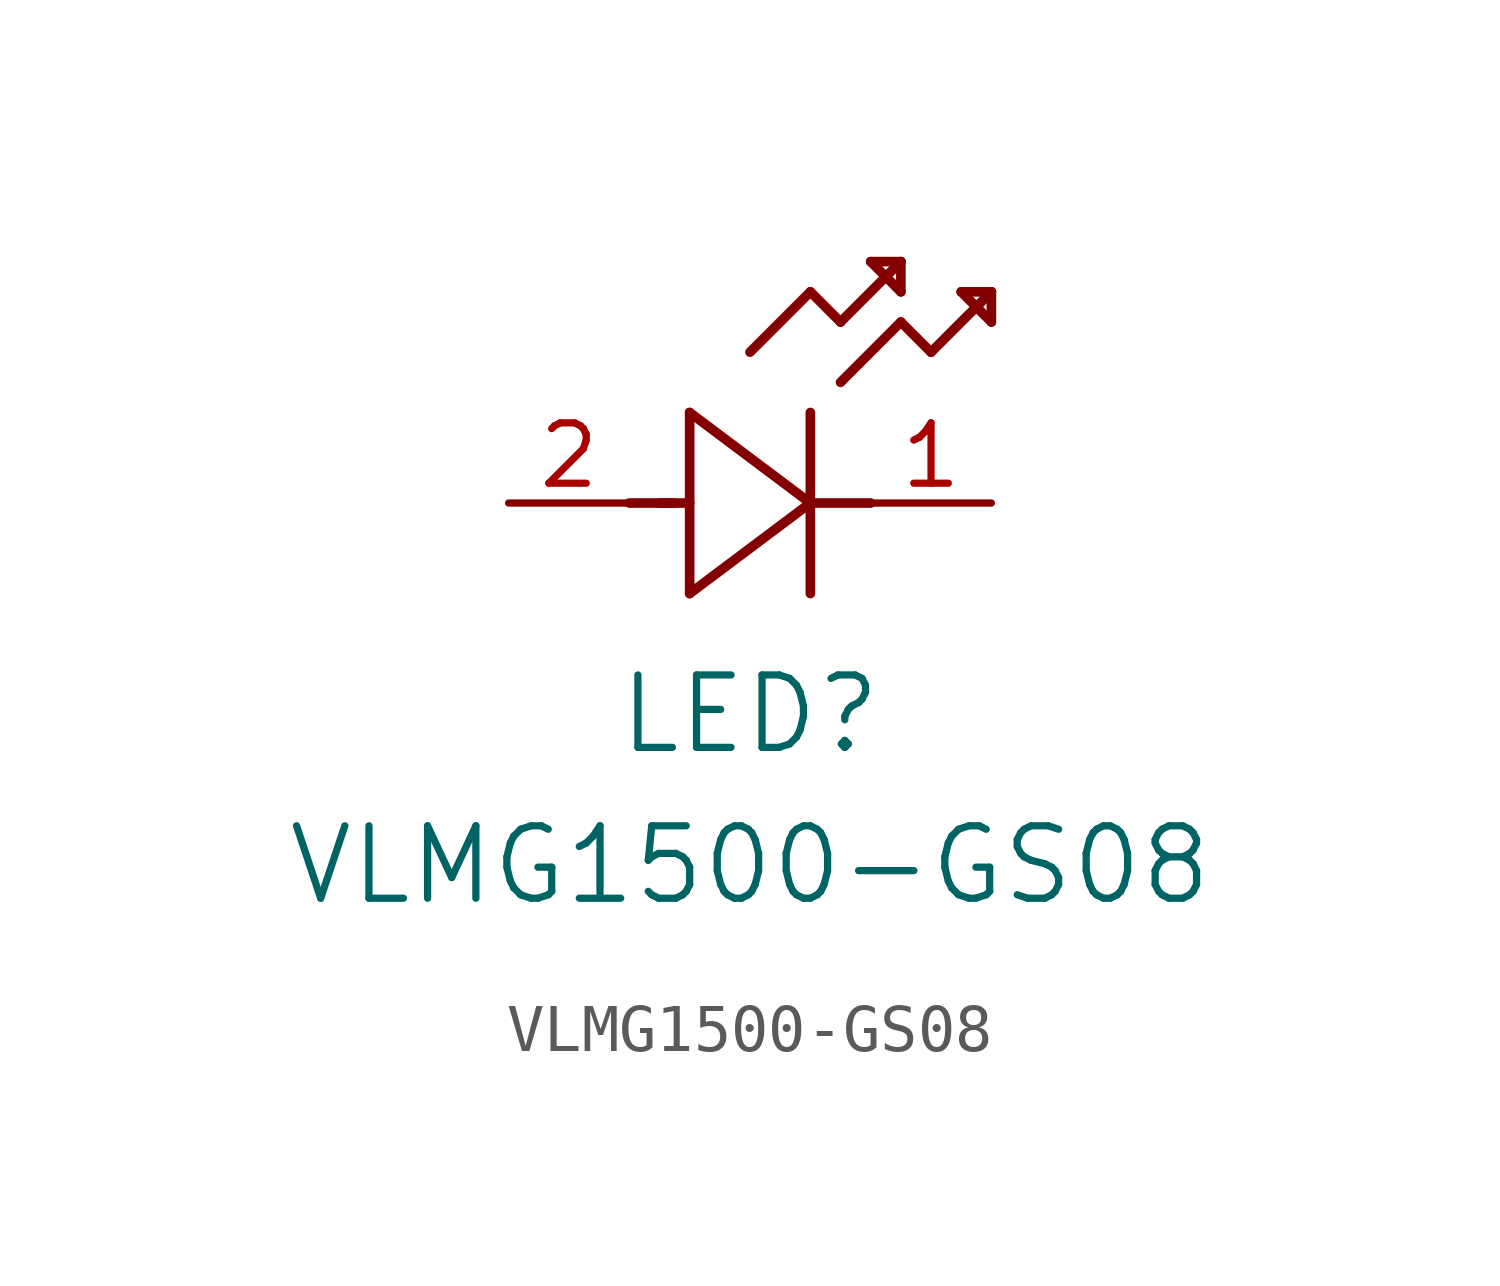
<source format=kicad_sym>
(kicad_symbol_lib
  (version 20211014)
  (generator kicad_symbol_editor)
  (symbol "VLMG1500-GS08"
    (pin_names
      (offset 0.254))
    (property "Reference" "LED"
      (at 5.08 -4.445 0)
      (effects (font (size 1.524 1.524))))
    (property "Value" "VLMG1500-GS08"
      (at 5.08 -7.62 0)
      (effects (font (size 1.524 1.524))))
    (symbol "VLMG1500-GS08_0_1"
      (polyline (pts (xy 2.54 0) (xy 3.48 0)) (stroke (width 0.203) (type default) (color 0 0 0 0)) (fill (type none)))
      (polyline (pts (xy 3.81 1.905) (xy 3.81 -1.905)) (stroke (width 0.203) (type default) (color 0 0 0 0)) (fill (type none)))
      (polyline (pts (xy 3.175 0) (xy 3.81 0)) (stroke (width 0.203) (type default) (color 0 0 0 0)) (fill (type none)))
      (polyline (pts (xy 6.35 -1.905) (xy 6.35 1.905)) (stroke (width 0.203) (type default) (color 0 0 0 0)) (fill (type none)))
      (polyline (pts (xy 6.35 0) (xy 7.62 0)) (stroke (width 0.203) (type default) (color 0 0 0 0)) (fill (type none)))
      (polyline (pts (xy 6.35 4.445) (xy 6.985 3.81)) (stroke (width 0.203) (type default) (color 0 0 0 0)) (fill (type none)))
      (polyline (pts (xy 6.985 3.81) (xy 8.255 5.08)) (stroke (width 0.203) (type default) (color 0 0 0 0)) (fill (type none)))
      (polyline (pts (xy 8.255 3.81) (xy 8.89 3.175)) (stroke (width 0.203) (type default) (color 0 0 0 0)) (fill (type none)))
      (polyline (pts (xy 8.89 3.175) (xy 10.16 4.445)) (stroke (width 0.203) (type default) (color 0 0 0 0)) (fill (type none)))
      (polyline (pts (xy 8.255 5.08) (xy 7.62 5.08)) (stroke (width 0.203) (type default) (color 0 0 0 0)) (fill (type none)))
      (polyline (pts (xy 7.62 5.08) (xy 8.255 4.445)) (stroke (width 0.203) (type default) (color 0 0 0 0)) (fill (type none)))
      (polyline (pts (xy 8.255 4.445) (xy 8.255 5.08)) (stroke (width 0.203) (type default) (color 0 0 0 0)) (fill (type none)))
      (polyline (pts (xy 10.16 4.445) (xy 9.525 4.445)) (stroke (width 0.203) (type default) (color 0 0 0 0)) (fill (type none)))
      (polyline (pts (xy 9.525 4.445) (xy 10.16 3.81)) (stroke (width 0.203) (type default) (color 0 0 0 0)) (fill (type none)))
      (polyline (pts (xy 10.16 3.81) (xy 10.16 4.445)) (stroke (width 0.203) (type default) (color 0 0 0 0)) (fill (type none)))
      (polyline (pts (xy 6.985 2.54) (xy 8.255 3.81)) (stroke (width 0.203) (type default) (color 0 0 0 0)) (fill (type none)))
      (polyline (pts (xy 6.35 0) (xy 3.81 1.905)) (stroke (width 0.203) (type default) (color 0 0 0 0)) (fill (type none)))
      (polyline (pts (xy 3.81 -1.905) (xy 6.35 0)) (stroke (width 0.203) (type default) (color 0 0 0 0)) (fill (type none)))
      (polyline (pts (xy 5.08 3.175) (xy 6.35 4.445)) (stroke (width 0.203) (type default) (color 0 0 0 0)) (fill (type none)))
      (pin passive line (at 10.16 0 180) (length 2.54) (name "" (effects (font (size 1.27 1.27)))) (number "1" (effects (font (size 1.27 1.27)))))
      (pin passive line (at 0 0 0) (length 2.54) (name "" (effects (font (size 1.27 1.27)))) (number "2" (effects (font (size 1.27 1.27))))))))
</source>
